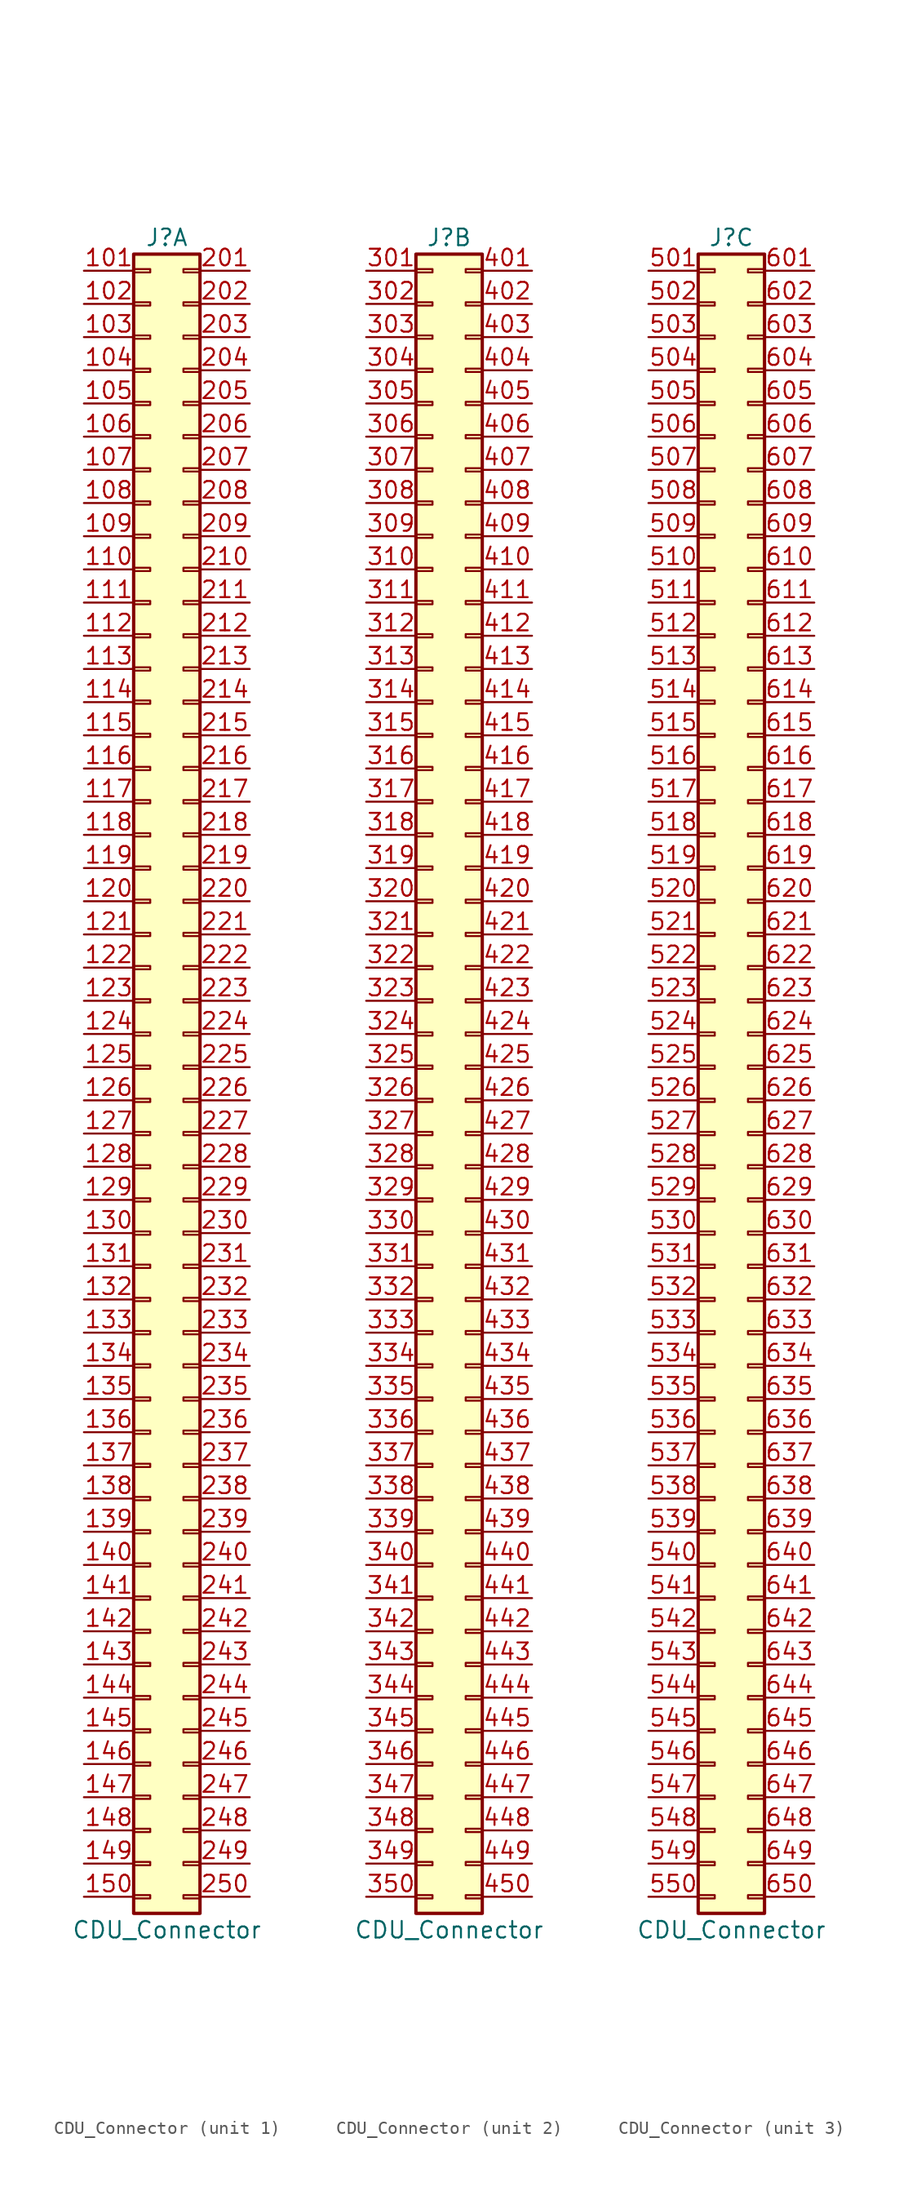
<source format=kicad_sym>
(kicad_symbol_lib
  (version 20241209)
  (generator "kicad_symbol_editor")
  (generator_version "9.0")
  (symbol "CDU_Connector"
    (pin_names
      (offset 1.016)
      (hide yes))
    (property "Reference" "J"
      (at 1.27 63.5 0)
      (effects (font (size 1.27 1.27))))
    (property "Value" "CDU_Connector"
      (at 1.27 -66.04 0)
      (effects (font (size 1.27 1.27))))
    (symbol "CDU_Connector_1_1"
      (rectangle (start -1.27 62.23) (end 3.81 -64.77) (stroke (width 0.254) (type default)) (fill (type background)))
      (rectangle (start -1.27 61.087) (end 0 60.833) (stroke (width 0.152) (type default)) (fill (type none)))
      (rectangle (start -1.27 58.547) (end 0 58.293) (stroke (width 0.152) (type default)) (fill (type none)))
      (rectangle (start -1.27 56.007) (end 0 55.753) (stroke (width 0.152) (type default)) (fill (type none)))
      (rectangle (start -1.27 53.467) (end 0 53.213) (stroke (width 0.152) (type default)) (fill (type none)))
      (rectangle (start -1.27 50.927) (end 0 50.673) (stroke (width 0.152) (type default)) (fill (type none)))
      (rectangle (start -1.27 48.387) (end 0 48.133) (stroke (width 0.152) (type default)) (fill (type none)))
      (rectangle (start -1.27 45.847) (end 0 45.593) (stroke (width 0.152) (type default)) (fill (type none)))
      (rectangle (start -1.27 43.307) (end 0 43.053) (stroke (width 0.152) (type default)) (fill (type none)))
      (rectangle (start -1.27 40.767) (end 0 40.513) (stroke (width 0.152) (type default)) (fill (type none)))
      (rectangle (start -1.27 38.227) (end 0 37.973) (stroke (width 0.152) (type default)) (fill (type none)))
      (rectangle (start -1.27 35.687) (end 0 35.433) (stroke (width 0.152) (type default)) (fill (type none)))
      (rectangle (start -1.27 33.147) (end 0 32.893) (stroke (width 0.152) (type default)) (fill (type none)))
      (rectangle (start -1.27 30.607) (end 0 30.353) (stroke (width 0.152) (type default)) (fill (type none)))
      (rectangle (start -1.27 28.067) (end 0 27.813) (stroke (width 0.152) (type default)) (fill (type none)))
      (rectangle (start -1.27 25.527) (end 0 25.273) (stroke (width 0.152) (type default)) (fill (type none)))
      (rectangle (start -1.27 22.987) (end 0 22.733) (stroke (width 0.152) (type default)) (fill (type none)))
      (rectangle (start -1.27 20.447) (end 0 20.193) (stroke (width 0.152) (type default)) (fill (type none)))
      (rectangle (start -1.27 17.907) (end 0 17.653) (stroke (width 0.152) (type default)) (fill (type none)))
      (rectangle (start -1.27 15.367) (end 0 15.113) (stroke (width 0.152) (type default)) (fill (type none)))
      (rectangle (start -1.27 12.827) (end 0 12.573) (stroke (width 0.152) (type default)) (fill (type none)))
      (rectangle (start -1.27 10.287) (end 0 10.033) (stroke (width 0.152) (type default)) (fill (type none)))
      (rectangle (start -1.27 7.747) (end 0 7.493) (stroke (width 0.152) (type default)) (fill (type none)))
      (rectangle (start -1.27 5.207) (end 0 4.953) (stroke (width 0.152) (type default)) (fill (type none)))
      (rectangle (start -1.27 2.667) (end 0 2.413) (stroke (width 0.152) (type default)) (fill (type none)))
      (rectangle (start -1.27 0.127) (end 0 -0.127) (stroke (width 0.152) (type default)) (fill (type none)))
      (rectangle (start -1.27 -2.413) (end 0 -2.667) (stroke (width 0.152) (type default)) (fill (type none)))
      (rectangle (start -1.27 -4.953) (end 0 -5.207) (stroke (width 0.152) (type default)) (fill (type none)))
      (rectangle (start -1.27 -7.493) (end 0 -7.747) (stroke (width 0.152) (type default)) (fill (type none)))
      (rectangle (start -1.27 -10.033) (end 0 -10.287) (stroke (width 0.152) (type default)) (fill (type none)))
      (rectangle (start -1.27 -12.573) (end 0 -12.827) (stroke (width 0.152) (type default)) (fill (type none)))
      (rectangle (start -1.27 -15.113) (end 0 -15.367) (stroke (width 0.152) (type default)) (fill (type none)))
      (rectangle (start -1.27 -17.653) (end 0 -17.907) (stroke (width 0.152) (type default)) (fill (type none)))
      (rectangle (start -1.27 -20.193) (end 0 -20.447) (stroke (width 0.152) (type default)) (fill (type none)))
      (rectangle (start -1.27 -22.733) (end 0 -22.987) (stroke (width 0.152) (type default)) (fill (type none)))
      (rectangle (start -1.27 -25.273) (end 0 -25.527) (stroke (width 0.152) (type default)) (fill (type none)))
      (rectangle (start -1.27 -27.813) (end 0 -28.067) (stroke (width 0.152) (type default)) (fill (type none)))
      (rectangle (start -1.27 -30.353) (end 0 -30.607) (stroke (width 0.152) (type default)) (fill (type none)))
      (rectangle (start -1.27 -32.893) (end 0 -33.147) (stroke (width 0.152) (type default)) (fill (type none)))
      (rectangle (start -1.27 -35.433) (end 0 -35.687) (stroke (width 0.152) (type default)) (fill (type none)))
      (rectangle (start -1.27 -37.973) (end 0 -38.227) (stroke (width 0.152) (type default)) (fill (type none)))
      (rectangle (start -1.27 -40.513) (end 0 -40.767) (stroke (width 0.152) (type default)) (fill (type none)))
      (rectangle (start -1.27 -43.053) (end 0 -43.307) (stroke (width 0.152) (type default)) (fill (type none)))
      (rectangle (start -1.27 -45.593) (end 0 -45.847) (stroke (width 0.152) (type default)) (fill (type none)))
      (rectangle (start -1.27 -48.133) (end 0 -48.387) (stroke (width 0.152) (type default)) (fill (type none)))
      (rectangle (start -1.27 -50.673) (end 0 -50.927) (stroke (width 0.152) (type default)) (fill (type none)))
      (rectangle (start -1.27 -53.213) (end 0 -53.467) (stroke (width 0.152) (type default)) (fill (type none)))
      (rectangle (start -1.27 -55.753) (end 0 -56.007) (stroke (width 0.152) (type default)) (fill (type none)))
      (rectangle (start -1.27 -58.293) (end 0 -58.547) (stroke (width 0.152) (type default)) (fill (type none)))
      (rectangle (start -1.27 -60.833) (end 0 -61.087) (stroke (width 0.152) (type default)) (fill (type none)))
      (rectangle (start -1.27 -63.373) (end 0 -63.627) (stroke (width 0.152) (type default)) (fill (type none)))
      (rectangle (start 3.81 61.087) (end 2.54 60.833) (stroke (width 0.152) (type default)) (fill (type none)))
      (rectangle (start 3.81 58.547) (end 2.54 58.293) (stroke (width 0.152) (type default)) (fill (type none)))
      (rectangle (start 3.81 56.007) (end 2.54 55.753) (stroke (width 0.152) (type default)) (fill (type none)))
      (rectangle (start 3.81 53.467) (end 2.54 53.213) (stroke (width 0.152) (type default)) (fill (type none)))
      (rectangle (start 3.81 50.927) (end 2.54 50.673) (stroke (width 0.152) (type default)) (fill (type none)))
      (rectangle (start 3.81 48.387) (end 2.54 48.133) (stroke (width 0.152) (type default)) (fill (type none)))
      (rectangle (start 3.81 45.847) (end 2.54 45.593) (stroke (width 0.152) (type default)) (fill (type none)))
      (rectangle (start 3.81 43.307) (end 2.54 43.053) (stroke (width 0.152) (type default)) (fill (type none)))
      (rectangle (start 3.81 40.767) (end 2.54 40.513) (stroke (width 0.152) (type default)) (fill (type none)))
      (rectangle (start 3.81 38.227) (end 2.54 37.973) (stroke (width 0.152) (type default)) (fill (type none)))
      (rectangle (start 3.81 35.687) (end 2.54 35.433) (stroke (width 0.152) (type default)) (fill (type none)))
      (rectangle (start 3.81 33.147) (end 2.54 32.893) (stroke (width 0.152) (type default)) (fill (type none)))
      (rectangle (start 3.81 30.607) (end 2.54 30.353) (stroke (width 0.152) (type default)) (fill (type none)))
      (rectangle (start 3.81 28.067) (end 2.54 27.813) (stroke (width 0.152) (type default)) (fill (type none)))
      (rectangle (start 3.81 25.527) (end 2.54 25.273) (stroke (width 0.152) (type default)) (fill (type none)))
      (rectangle (start 3.81 22.987) (end 2.54 22.733) (stroke (width 0.152) (type default)) (fill (type none)))
      (rectangle (start 3.81 20.447) (end 2.54 20.193) (stroke (width 0.152) (type default)) (fill (type none)))
      (rectangle (start 3.81 17.907) (end 2.54 17.653) (stroke (width 0.152) (type default)) (fill (type none)))
      (rectangle (start 3.81 15.367) (end 2.54 15.113) (stroke (width 0.152) (type default)) (fill (type none)))
      (rectangle (start 3.81 12.827) (end 2.54 12.573) (stroke (width 0.152) (type default)) (fill (type none)))
      (rectangle (start 3.81 10.287) (end 2.54 10.033) (stroke (width 0.152) (type default)) (fill (type none)))
      (rectangle (start 3.81 7.747) (end 2.54 7.493) (stroke (width 0.152) (type default)) (fill (type none)))
      (rectangle (start 3.81 5.207) (end 2.54 4.953) (stroke (width 0.152) (type default)) (fill (type none)))
      (rectangle (start 3.81 2.667) (end 2.54 2.413) (stroke (width 0.152) (type default)) (fill (type none)))
      (rectangle (start 3.81 0.127) (end 2.54 -0.127) (stroke (width 0.152) (type default)) (fill (type none)))
      (rectangle (start 3.81 -2.413) (end 2.54 -2.667) (stroke (width 0.152) (type default)) (fill (type none)))
      (rectangle (start 3.81 -4.953) (end 2.54 -5.207) (stroke (width 0.152) (type default)) (fill (type none)))
      (rectangle (start 3.81 -7.493) (end 2.54 -7.747) (stroke (width 0.152) (type default)) (fill (type none)))
      (rectangle (start 3.81 -10.033) (end 2.54 -10.287) (stroke (width 0.152) (type default)) (fill (type none)))
      (rectangle (start 3.81 -12.573) (end 2.54 -12.827) (stroke (width 0.152) (type default)) (fill (type none)))
      (rectangle (start 3.81 -15.113) (end 2.54 -15.367) (stroke (width 0.152) (type default)) (fill (type none)))
      (rectangle (start 3.81 -17.653) (end 2.54 -17.907) (stroke (width 0.152) (type default)) (fill (type none)))
      (rectangle (start 3.81 -20.193) (end 2.54 -20.447) (stroke (width 0.152) (type default)) (fill (type none)))
      (rectangle (start 3.81 -22.733) (end 2.54 -22.987) (stroke (width 0.152) (type default)) (fill (type none)))
      (rectangle (start 3.81 -25.273) (end 2.54 -25.527) (stroke (width 0.152) (type default)) (fill (type none)))
      (rectangle (start 3.81 -27.813) (end 2.54 -28.067) (stroke (width 0.152) (type default)) (fill (type none)))
      (rectangle (start 3.81 -30.353) (end 2.54 -30.607) (stroke (width 0.152) (type default)) (fill (type none)))
      (rectangle (start 3.81 -32.893) (end 2.54 -33.147) (stroke (width 0.152) (type default)) (fill (type none)))
      (rectangle (start 3.81 -35.433) (end 2.54 -35.687) (stroke (width 0.152) (type default)) (fill (type none)))
      (rectangle (start 3.81 -37.973) (end 2.54 -38.227) (stroke (width 0.152) (type default)) (fill (type none)))
      (rectangle (start 3.81 -40.513) (end 2.54 -40.767) (stroke (width 0.152) (type default)) (fill (type none)))
      (rectangle (start 3.81 -43.053) (end 2.54 -43.307) (stroke (width 0.152) (type default)) (fill (type none)))
      (rectangle (start 3.81 -45.593) (end 2.54 -45.847) (stroke (width 0.152) (type default)) (fill (type none)))
      (rectangle (start 3.81 -48.133) (end 2.54 -48.387) (stroke (width 0.152) (type default)) (fill (type none)))
      (rectangle (start 3.81 -50.673) (end 2.54 -50.927) (stroke (width 0.152) (type default)) (fill (type none)))
      (rectangle (start 3.81 -53.213) (end 2.54 -53.467) (stroke (width 0.152) (type default)) (fill (type none)))
      (rectangle (start 3.81 -55.753) (end 2.54 -56.007) (stroke (width 0.152) (type default)) (fill (type none)))
      (rectangle (start 3.81 -58.293) (end 2.54 -58.547) (stroke (width 0.152) (type default)) (fill (type none)))
      (rectangle (start 3.81 -60.833) (end 2.54 -61.087) (stroke (width 0.152) (type default)) (fill (type none)))
      (rectangle (start 3.81 -63.373) (end 2.54 -63.627) (stroke (width 0.152) (type default)) (fill (type none)))
      (pin passive line (at -5.08 60.96 0) (length 3.81) (name "Pin_101" (effects (font (size 1.27 1.27)))) (number "101" (effects (font (size 1.27 1.27)))))
      (pin passive line (at -5.08 58.42 0) (length 3.81) (name "Pin_102" (effects (font (size 1.27 1.27)))) (number "102" (effects (font (size 1.27 1.27)))))
      (pin passive line (at -5.08 55.88 0) (length 3.81) (name "Pin_103" (effects (font (size 1.27 1.27)))) (number "103" (effects (font (size 1.27 1.27)))))
      (pin passive line (at -5.08 53.34 0) (length 3.81) (name "Pin_104" (effects (font (size 1.27 1.27)))) (number "104" (effects (font (size 1.27 1.27)))))
      (pin passive line (at -5.08 50.8 0) (length 3.81) (name "Pin_105" (effects (font (size 1.27 1.27)))) (number "105" (effects (font (size 1.27 1.27)))))
      (pin passive line (at -5.08 48.26 0) (length 3.81) (name "Pin_106" (effects (font (size 1.27 1.27)))) (number "106" (effects (font (size 1.27 1.27)))))
      (pin passive line (at -5.08 45.72 0) (length 3.81) (name "Pin_107" (effects (font (size 1.27 1.27)))) (number "107" (effects (font (size 1.27 1.27)))))
      (pin passive line (at -5.08 43.18 0) (length 3.81) (name "Pin_108" (effects (font (size 1.27 1.27)))) (number "108" (effects (font (size 1.27 1.27)))))
      (pin passive line (at -5.08 40.64 0) (length 3.81) (name "Pin_109" (effects (font (size 1.27 1.27)))) (number "109" (effects (font (size 1.27 1.27)))))
      (pin passive line (at -5.08 38.1 0) (length 3.81) (name "Pin_110" (effects (font (size 1.27 1.27)))) (number "110" (effects (font (size 1.27 1.27)))))
      (pin passive line (at -5.08 35.56 0) (length 3.81) (name "Pin_111" (effects (font (size 1.27 1.27)))) (number "111" (effects (font (size 1.27 1.27)))))
      (pin passive line (at -5.08 33.02 0) (length 3.81) (name "Pin_112" (effects (font (size 1.27 1.27)))) (number "112" (effects (font (size 1.27 1.27)))))
      (pin passive line (at -5.08 30.48 0) (length 3.81) (name "Pin_113" (effects (font (size 1.27 1.27)))) (number "113" (effects (font (size 1.27 1.27)))))
      (pin passive line (at -5.08 27.94 0) (length 3.81) (name "Pin_114" (effects (font (size 1.27 1.27)))) (number "114" (effects (font (size 1.27 1.27)))))
      (pin passive line (at -5.08 25.4 0) (length 3.81) (name "Pin_115" (effects (font (size 1.27 1.27)))) (number "115" (effects (font (size 1.27 1.27)))))
      (pin passive line (at -5.08 22.86 0) (length 3.81) (name "Pin_116" (effects (font (size 1.27 1.27)))) (number "116" (effects (font (size 1.27 1.27)))))
      (pin passive line (at -5.08 20.32 0) (length 3.81) (name "Pin_117" (effects (font (size 1.27 1.27)))) (number "117" (effects (font (size 1.27 1.27)))))
      (pin passive line (at -5.08 17.78 0) (length 3.81) (name "Pin_118" (effects (font (size 1.27 1.27)))) (number "118" (effects (font (size 1.27 1.27)))))
      (pin passive line (at -5.08 15.24 0) (length 3.81) (name "Pin_119" (effects (font (size 1.27 1.27)))) (number "119" (effects (font (size 1.27 1.27)))))
      (pin passive line (at -5.08 12.7 0) (length 3.81) (name "Pin_120" (effects (font (size 1.27 1.27)))) (number "120" (effects (font (size 1.27 1.27)))))
      (pin passive line (at -5.08 10.16 0) (length 3.81) (name "Pin_121" (effects (font (size 1.27 1.27)))) (number "121" (effects (font (size 1.27 1.27)))))
      (pin passive line (at -5.08 7.62 0) (length 3.81) (name "Pin_122" (effects (font (size 1.27 1.27)))) (number "122" (effects (font (size 1.27 1.27)))))
      (pin passive line (at -5.08 5.08 0) (length 3.81) (name "Pin_123" (effects (font (size 1.27 1.27)))) (number "123" (effects (font (size 1.27 1.27)))))
      (pin passive line (at -5.08 2.54 0) (length 3.81) (name "Pin_124" (effects (font (size 1.27 1.27)))) (number "124" (effects (font (size 1.27 1.27)))))
      (pin passive line (at -5.08 0 0) (length 3.81) (name "Pin_125" (effects (font (size 1.27 1.27)))) (number "125" (effects (font (size 1.27 1.27)))))
      (pin passive line (at -5.08 -2.54 0) (length 3.81) (name "Pin_126" (effects (font (size 1.27 1.27)))) (number "126" (effects (font (size 1.27 1.27)))))
      (pin passive line (at -5.08 -5.08 0) (length 3.81) (name "Pin_127" (effects (font (size 1.27 1.27)))) (number "127" (effects (font (size 1.27 1.27)))))
      (pin passive line (at -5.08 -7.62 0) (length 3.81) (name "Pin_128" (effects (font (size 1.27 1.27)))) (number "128" (effects (font (size 1.27 1.27)))))
      (pin passive line (at -5.08 -10.16 0) (length 3.81) (name "Pin_129" (effects (font (size 1.27 1.27)))) (number "129" (effects (font (size 1.27 1.27)))))
      (pin passive line (at -5.08 -12.7 0) (length 3.81) (name "Pin_130" (effects (font (size 1.27 1.27)))) (number "130" (effects (font (size 1.27 1.27)))))
      (pin passive line (at -5.08 -15.24 0) (length 3.81) (name "Pin_131" (effects (font (size 1.27 1.27)))) (number "131" (effects (font (size 1.27 1.27)))))
      (pin passive line (at -5.08 -17.78 0) (length 3.81) (name "Pin_132" (effects (font (size 1.27 1.27)))) (number "132" (effects (font (size 1.27 1.27)))))
      (pin passive line (at -5.08 -20.32 0) (length 3.81) (name "Pin_133" (effects (font (size 1.27 1.27)))) (number "133" (effects (font (size 1.27 1.27)))))
      (pin passive line (at -5.08 -22.86 0) (length 3.81) (name "Pin_134" (effects (font (size 1.27 1.27)))) (number "134" (effects (font (size 1.27 1.27)))))
      (pin passive line (at -5.08 -25.4 0) (length 3.81) (name "Pin_135" (effects (font (size 1.27 1.27)))) (number "135" (effects (font (size 1.27 1.27)))))
      (pin passive line (at -5.08 -27.94 0) (length 3.81) (name "Pin_136" (effects (font (size 1.27 1.27)))) (number "136" (effects (font (size 1.27 1.27)))))
      (pin passive line (at -5.08 -30.48 0) (length 3.81) (name "Pin_137" (effects (font (size 1.27 1.27)))) (number "137" (effects (font (size 1.27 1.27)))))
      (pin passive line (at -5.08 -33.02 0) (length 3.81) (name "Pin_138" (effects (font (size 1.27 1.27)))) (number "138" (effects (font (size 1.27 1.27)))))
      (pin passive line (at -5.08 -35.56 0) (length 3.81) (name "Pin_139" (effects (font (size 1.27 1.27)))) (number "139" (effects (font (size 1.27 1.27)))))
      (pin passive line (at -5.08 -38.1 0) (length 3.81) (name "Pin_140" (effects (font (size 1.27 1.27)))) (number "140" (effects (font (size 1.27 1.27)))))
      (pin passive line (at -5.08 -40.64 0) (length 3.81) (name "Pin_141" (effects (font (size 1.27 1.27)))) (number "141" (effects (font (size 1.27 1.27)))))
      (pin passive line (at -5.08 -43.18 0) (length 3.81) (name "Pin_142" (effects (font (size 1.27 1.27)))) (number "142" (effects (font (size 1.27 1.27)))))
      (pin passive line (at -5.08 -45.72 0) (length 3.81) (name "Pin_143" (effects (font (size 1.27 1.27)))) (number "143" (effects (font (size 1.27 1.27)))))
      (pin passive line (at -5.08 -48.26 0) (length 3.81) (name "Pin_144" (effects (font (size 1.27 1.27)))) (number "144" (effects (font (size 1.27 1.27)))))
      (pin passive line (at -5.08 -50.8 0) (length 3.81) (name "Pin_145" (effects (font (size 1.27 1.27)))) (number "145" (effects (font (size 1.27 1.27)))))
      (pin passive line (at -5.08 -53.34 0) (length 3.81) (name "Pin_146" (effects (font (size 1.27 1.27)))) (number "146" (effects (font (size 1.27 1.27)))))
      (pin passive line (at -5.08 -55.88 0) (length 3.81) (name "Pin_147" (effects (font (size 1.27 1.27)))) (number "147" (effects (font (size 1.27 1.27)))))
      (pin passive line (at -5.08 -58.42 0) (length 3.81) (name "Pin_148" (effects (font (size 1.27 1.27)))) (number "148" (effects (font (size 1.27 1.27)))))
      (pin passive line (at -5.08 -60.96 0) (length 3.81) (name "Pin_149" (effects (font (size 1.27 1.27)))) (number "149" (effects (font (size 1.27 1.27)))))
      (pin passive line (at -5.08 -63.5 0) (length 3.81) (name "Pin_150" (effects (font (size 1.27 1.27)))) (number "150" (effects (font (size 1.27 1.27)))))
      (pin passive line (at 7.62 60.96 180) (length 3.81) (name "Pin_201" (effects (font (size 1.27 1.27)))) (number "201" (effects (font (size 1.27 1.27)))))
      (pin passive line (at 7.62 58.42 180) (length 3.81) (name "Pin_202" (effects (font (size 1.27 1.27)))) (number "202" (effects (font (size 1.27 1.27)))))
      (pin passive line (at 7.62 55.88 180) (length 3.81) (name "Pin_203" (effects (font (size 1.27 1.27)))) (number "203" (effects (font (size 1.27 1.27)))))
      (pin passive line (at 7.62 53.34 180) (length 3.81) (name "Pin_204" (effects (font (size 1.27 1.27)))) (number "204" (effects (font (size 1.27 1.27)))))
      (pin passive line (at 7.62 50.8 180) (length 3.81) (name "Pin_205" (effects (font (size 1.27 1.27)))) (number "205" (effects (font (size 1.27 1.27)))))
      (pin passive line (at 7.62 48.26 180) (length 3.81) (name "Pin_206" (effects (font (size 1.27 1.27)))) (number "206" (effects (font (size 1.27 1.27)))))
      (pin passive line (at 7.62 45.72 180) (length 3.81) (name "Pin_207" (effects (font (size 1.27 1.27)))) (number "207" (effects (font (size 1.27 1.27)))))
      (pin passive line (at 7.62 43.18 180) (length 3.81) (name "Pin_208" (effects (font (size 1.27 1.27)))) (number "208" (effects (font (size 1.27 1.27)))))
      (pin passive line (at 7.62 40.64 180) (length 3.81) (name "Pin_209" (effects (font (size 1.27 1.27)))) (number "209" (effects (font (size 1.27 1.27)))))
      (pin passive line (at 7.62 38.1 180) (length 3.81) (name "Pin_210" (effects (font (size 1.27 1.27)))) (number "210" (effects (font (size 1.27 1.27)))))
      (pin passive line (at 7.62 35.56 180) (length 3.81) (name "Pin_211" (effects (font (size 1.27 1.27)))) (number "211" (effects (font (size 1.27 1.27)))))
      (pin passive line (at 7.62 33.02 180) (length 3.81) (name "Pin_212" (effects (font (size 1.27 1.27)))) (number "212" (effects (font (size 1.27 1.27)))))
      (pin passive line (at 7.62 30.48 180) (length 3.81) (name "Pin_213" (effects (font (size 1.27 1.27)))) (number "213" (effects (font (size 1.27 1.27)))))
      (pin passive line (at 7.62 27.94 180) (length 3.81) (name "Pin_214" (effects (font (size 1.27 1.27)))) (number "214" (effects (font (size 1.27 1.27)))))
      (pin passive line (at 7.62 25.4 180) (length 3.81) (name "Pin_215" (effects (font (size 1.27 1.27)))) (number "215" (effects (font (size 1.27 1.27)))))
      (pin passive line (at 7.62 22.86 180) (length 3.81) (name "Pin_216" (effects (font (size 1.27 1.27)))) (number "216" (effects (font (size 1.27 1.27)))))
      (pin passive line (at 7.62 20.32 180) (length 3.81) (name "Pin_217" (effects (font (size 1.27 1.27)))) (number "217" (effects (font (size 1.27 1.27)))))
      (pin passive line (at 7.62 17.78 180) (length 3.81) (name "Pin_218" (effects (font (size 1.27 1.27)))) (number "218" (effects (font (size 1.27 1.27)))))
      (pin passive line (at 7.62 15.24 180) (length 3.81) (name "Pin_219" (effects (font (size 1.27 1.27)))) (number "219" (effects (font (size 1.27 1.27)))))
      (pin passive line (at 7.62 12.7 180) (length 3.81) (name "Pin_220" (effects (font (size 1.27 1.27)))) (number "220" (effects (font (size 1.27 1.27)))))
      (pin passive line (at 7.62 10.16 180) (length 3.81) (name "Pin_221" (effects (font (size 1.27 1.27)))) (number "221" (effects (font (size 1.27 1.27)))))
      (pin passive line (at 7.62 7.62 180) (length 3.81) (name "Pin_222" (effects (font (size 1.27 1.27)))) (number "222" (effects (font (size 1.27 1.27)))))
      (pin passive line (at 7.62 5.08 180) (length 3.81) (name "Pin_223" (effects (font (size 1.27 1.27)))) (number "223" (effects (font (size 1.27 1.27)))))
      (pin passive line (at 7.62 2.54 180) (length 3.81) (name "Pin_224" (effects (font (size 1.27 1.27)))) (number "224" (effects (font (size 1.27 1.27)))))
      (pin passive line (at 7.62 0 180) (length 3.81) (name "Pin_225" (effects (font (size 1.27 1.27)))) (number "225" (effects (font (size 1.27 1.27)))))
      (pin passive line (at 7.62 -2.54 180) (length 3.81) (name "Pin_226" (effects (font (size 1.27 1.27)))) (number "226" (effects (font (size 1.27 1.27)))))
      (pin passive line (at 7.62 -5.08 180) (length 3.81) (name "Pin_227" (effects (font (size 1.27 1.27)))) (number "227" (effects (font (size 1.27 1.27)))))
      (pin passive line (at 7.62 -7.62 180) (length 3.81) (name "Pin_228" (effects (font (size 1.27 1.27)))) (number "228" (effects (font (size 1.27 1.27)))))
      (pin passive line (at 7.62 -10.16 180) (length 3.81) (name "Pin_229" (effects (font (size 1.27 1.27)))) (number "229" (effects (font (size 1.27 1.27)))))
      (pin passive line (at 7.62 -12.7 180) (length 3.81) (name "Pin_230" (effects (font (size 1.27 1.27)))) (number "230" (effects (font (size 1.27 1.27)))))
      (pin passive line (at 7.62 -15.24 180) (length 3.81) (name "Pin_231" (effects (font (size 1.27 1.27)))) (number "231" (effects (font (size 1.27 1.27)))))
      (pin passive line (at 7.62 -17.78 180) (length 3.81) (name "Pin_232" (effects (font (size 1.27 1.27)))) (number "232" (effects (font (size 1.27 1.27)))))
      (pin passive line (at 7.62 -20.32 180) (length 3.81) (name "Pin_233" (effects (font (size 1.27 1.27)))) (number "233" (effects (font (size 1.27 1.27)))))
      (pin passive line (at 7.62 -22.86 180) (length 3.81) (name "Pin_234" (effects (font (size 1.27 1.27)))) (number "234" (effects (font (size 1.27 1.27)))))
      (pin passive line (at 7.62 -25.4 180) (length 3.81) (name "Pin_235" (effects (font (size 1.27 1.27)))) (number "235" (effects (font (size 1.27 1.27)))))
      (pin passive line (at 7.62 -27.94 180) (length 3.81) (name "Pin_236" (effects (font (size 1.27 1.27)))) (number "236" (effects (font (size 1.27 1.27)))))
      (pin passive line (at 7.62 -30.48 180) (length 3.81) (name "Pin_237" (effects (font (size 1.27 1.27)))) (number "237" (effects (font (size 1.27 1.27)))))
      (pin passive line (at 7.62 -33.02 180) (length 3.81) (name "Pin_238" (effects (font (size 1.27 1.27)))) (number "238" (effects (font (size 1.27 1.27)))))
      (pin passive line (at 7.62 -35.56 180) (length 3.81) (name "Pin_239" (effects (font (size 1.27 1.27)))) (number "239" (effects (font (size 1.27 1.27)))))
      (pin passive line (at 7.62 -38.1 180) (length 3.81) (name "Pin_240" (effects (font (size 1.27 1.27)))) (number "240" (effects (font (size 1.27 1.27)))))
      (pin passive line (at 7.62 -40.64 180) (length 3.81) (name "Pin_241" (effects (font (size 1.27 1.27)))) (number "241" (effects (font (size 1.27 1.27)))))
      (pin passive line (at 7.62 -43.18 180) (length 3.81) (name "Pin_242" (effects (font (size 1.27 1.27)))) (number "242" (effects (font (size 1.27 1.27)))))
      (pin passive line (at 7.62 -45.72 180) (length 3.81) (name "Pin_243" (effects (font (size 1.27 1.27)))) (number "243" (effects (font (size 1.27 1.27)))))
      (pin passive line (at 7.62 -48.26 180) (length 3.81) (name "Pin_244" (effects (font (size 1.27 1.27)))) (number "244" (effects (font (size 1.27 1.27)))))
      (pin passive line (at 7.62 -50.8 180) (length 3.81) (name "Pin_245" (effects (font (size 1.27 1.27)))) (number "245" (effects (font (size 1.27 1.27)))))
      (pin passive line (at 7.62 -53.34 180) (length 3.81) (name "Pin_246" (effects (font (size 1.27 1.27)))) (number "246" (effects (font (size 1.27 1.27)))))
      (pin passive line (at 7.62 -55.88 180) (length 3.81) (name "Pin_247" (effects (font (size 1.27 1.27)))) (number "247" (effects (font (size 1.27 1.27)))))
      (pin passive line (at 7.62 -58.42 180) (length 3.81) (name "Pin_248" (effects (font (size 1.27 1.27)))) (number "248" (effects (font (size 1.27 1.27)))))
      (pin passive line (at 7.62 -60.96 180) (length 3.81) (name "Pin_249" (effects (font (size 1.27 1.27)))) (number "249" (effects (font (size 1.27 1.27)))))
      (pin passive line (at 7.62 -63.5 180) (length 3.81) (name "Pin_250" (effects (font (size 1.27 1.27)))) (number "250" (effects (font (size 1.27 1.27))))))
    (symbol "CDU_Connector_2_1"
      (rectangle (start -1.27 62.23) (end 3.81 -64.77) (stroke (width 0.254) (type default)) (fill (type background)))
      (rectangle (start -1.27 61.087) (end 0 60.833) (stroke (width 0.152) (type default)) (fill (type none)))
      (rectangle (start -1.27 58.547) (end 0 58.293) (stroke (width 0.152) (type default)) (fill (type none)))
      (rectangle (start -1.27 56.007) (end 0 55.753) (stroke (width 0.152) (type default)) (fill (type none)))
      (rectangle (start -1.27 53.467) (end 0 53.213) (stroke (width 0.152) (type default)) (fill (type none)))
      (rectangle (start -1.27 50.927) (end 0 50.673) (stroke (width 0.152) (type default)) (fill (type none)))
      (rectangle (start -1.27 48.387) (end 0 48.133) (stroke (width 0.152) (type default)) (fill (type none)))
      (rectangle (start -1.27 45.847) (end 0 45.593) (stroke (width 0.152) (type default)) (fill (type none)))
      (rectangle (start -1.27 43.307) (end 0 43.053) (stroke (width 0.152) (type default)) (fill (type none)))
      (rectangle (start -1.27 40.767) (end 0 40.513) (stroke (width 0.152) (type default)) (fill (type none)))
      (rectangle (start -1.27 38.227) (end 0 37.973) (stroke (width 0.152) (type default)) (fill (type none)))
      (rectangle (start -1.27 35.687) (end 0 35.433) (stroke (width 0.152) (type default)) (fill (type none)))
      (rectangle (start -1.27 33.147) (end 0 32.893) (stroke (width 0.152) (type default)) (fill (type none)))
      (rectangle (start -1.27 30.607) (end 0 30.353) (stroke (width 0.152) (type default)) (fill (type none)))
      (rectangle (start -1.27 28.067) (end 0 27.813) (stroke (width 0.152) (type default)) (fill (type none)))
      (rectangle (start -1.27 25.527) (end 0 25.273) (stroke (width 0.152) (type default)) (fill (type none)))
      (rectangle (start -1.27 22.987) (end 0 22.733) (stroke (width 0.152) (type default)) (fill (type none)))
      (rectangle (start -1.27 20.447) (end 0 20.193) (stroke (width 0.152) (type default)) (fill (type none)))
      (rectangle (start -1.27 17.907) (end 0 17.653) (stroke (width 0.152) (type default)) (fill (type none)))
      (rectangle (start -1.27 15.367) (end 0 15.113) (stroke (width 0.152) (type default)) (fill (type none)))
      (rectangle (start -1.27 12.827) (end 0 12.573) (stroke (width 0.152) (type default)) (fill (type none)))
      (rectangle (start -1.27 10.287) (end 0 10.033) (stroke (width 0.152) (type default)) (fill (type none)))
      (rectangle (start -1.27 7.747) (end 0 7.493) (stroke (width 0.152) (type default)) (fill (type none)))
      (rectangle (start -1.27 5.207) (end 0 4.953) (stroke (width 0.152) (type default)) (fill (type none)))
      (rectangle (start -1.27 2.667) (end 0 2.413) (stroke (width 0.152) (type default)) (fill (type none)))
      (rectangle (start -1.27 0.127) (end 0 -0.127) (stroke (width 0.152) (type default)) (fill (type none)))
      (rectangle (start -1.27 -2.413) (end 0 -2.667) (stroke (width 0.152) (type default)) (fill (type none)))
      (rectangle (start -1.27 -4.953) (end 0 -5.207) (stroke (width 0.152) (type default)) (fill (type none)))
      (rectangle (start -1.27 -7.493) (end 0 -7.747) (stroke (width 0.152) (type default)) (fill (type none)))
      (rectangle (start -1.27 -10.033) (end 0 -10.287) (stroke (width 0.152) (type default)) (fill (type none)))
      (rectangle (start -1.27 -12.573) (end 0 -12.827) (stroke (width 0.152) (type default)) (fill (type none)))
      (rectangle (start -1.27 -15.113) (end 0 -15.367) (stroke (width 0.152) (type default)) (fill (type none)))
      (rectangle (start -1.27 -17.653) (end 0 -17.907) (stroke (width 0.152) (type default)) (fill (type none)))
      (rectangle (start -1.27 -20.193) (end 0 -20.447) (stroke (width 0.152) (type default)) (fill (type none)))
      (rectangle (start -1.27 -22.733) (end 0 -22.987) (stroke (width 0.152) (type default)) (fill (type none)))
      (rectangle (start -1.27 -25.273) (end 0 -25.527) (stroke (width 0.152) (type default)) (fill (type none)))
      (rectangle (start -1.27 -27.813) (end 0 -28.067) (stroke (width 0.152) (type default)) (fill (type none)))
      (rectangle (start -1.27 -30.353) (end 0 -30.607) (stroke (width 0.152) (type default)) (fill (type none)))
      (rectangle (start -1.27 -32.893) (end 0 -33.147) (stroke (width 0.152) (type default)) (fill (type none)))
      (rectangle (start -1.27 -35.433) (end 0 -35.687) (stroke (width 0.152) (type default)) (fill (type none)))
      (rectangle (start -1.27 -37.973) (end 0 -38.227) (stroke (width 0.152) (type default)) (fill (type none)))
      (rectangle (start -1.27 -40.513) (end 0 -40.767) (stroke (width 0.152) (type default)) (fill (type none)))
      (rectangle (start -1.27 -43.053) (end 0 -43.307) (stroke (width 0.152) (type default)) (fill (type none)))
      (rectangle (start -1.27 -45.593) (end 0 -45.847) (stroke (width 0.152) (type default)) (fill (type none)))
      (rectangle (start -1.27 -48.133) (end 0 -48.387) (stroke (width 0.152) (type default)) (fill (type none)))
      (rectangle (start -1.27 -50.673) (end 0 -50.927) (stroke (width 0.152) (type default)) (fill (type none)))
      (rectangle (start -1.27 -53.213) (end 0 -53.467) (stroke (width 0.152) (type default)) (fill (type none)))
      (rectangle (start -1.27 -55.753) (end 0 -56.007) (stroke (width 0.152) (type default)) (fill (type none)))
      (rectangle (start -1.27 -58.293) (end 0 -58.547) (stroke (width 0.152) (type default)) (fill (type none)))
      (rectangle (start -1.27 -60.833) (end 0 -61.087) (stroke (width 0.152) (type default)) (fill (type none)))
      (rectangle (start -1.27 -63.373) (end 0 -63.627) (stroke (width 0.152) (type default)) (fill (type none)))
      (rectangle (start 3.81 61.087) (end 2.54 60.833) (stroke (width 0.152) (type default)) (fill (type none)))
      (rectangle (start 3.81 58.547) (end 2.54 58.293) (stroke (width 0.152) (type default)) (fill (type none)))
      (rectangle (start 3.81 56.007) (end 2.54 55.753) (stroke (width 0.152) (type default)) (fill (type none)))
      (rectangle (start 3.81 53.467) (end 2.54 53.213) (stroke (width 0.152) (type default)) (fill (type none)))
      (rectangle (start 3.81 50.927) (end 2.54 50.673) (stroke (width 0.152) (type default)) (fill (type none)))
      (rectangle (start 3.81 48.387) (end 2.54 48.133) (stroke (width 0.152) (type default)) (fill (type none)))
      (rectangle (start 3.81 45.847) (end 2.54 45.593) (stroke (width 0.152) (type default)) (fill (type none)))
      (rectangle (start 3.81 43.307) (end 2.54 43.053) (stroke (width 0.152) (type default)) (fill (type none)))
      (rectangle (start 3.81 40.767) (end 2.54 40.513) (stroke (width 0.152) (type default)) (fill (type none)))
      (rectangle (start 3.81 38.227) (end 2.54 37.973) (stroke (width 0.152) (type default)) (fill (type none)))
      (rectangle (start 3.81 35.687) (end 2.54 35.433) (stroke (width 0.152) (type default)) (fill (type none)))
      (rectangle (start 3.81 33.147) (end 2.54 32.893) (stroke (width 0.152) (type default)) (fill (type none)))
      (rectangle (start 3.81 30.607) (end 2.54 30.353) (stroke (width 0.152) (type default)) (fill (type none)))
      (rectangle (start 3.81 28.067) (end 2.54 27.813) (stroke (width 0.152) (type default)) (fill (type none)))
      (rectangle (start 3.81 25.527) (end 2.54 25.273) (stroke (width 0.152) (type default)) (fill (type none)))
      (rectangle (start 3.81 22.987) (end 2.54 22.733) (stroke (width 0.152) (type default)) (fill (type none)))
      (rectangle (start 3.81 20.447) (end 2.54 20.193) (stroke (width 0.152) (type default)) (fill (type none)))
      (rectangle (start 3.81 17.907) (end 2.54 17.653) (stroke (width 0.152) (type default)) (fill (type none)))
      (rectangle (start 3.81 15.367) (end 2.54 15.113) (stroke (width 0.152) (type default)) (fill (type none)))
      (rectangle (start 3.81 12.827) (end 2.54 12.573) (stroke (width 0.152) (type default)) (fill (type none)))
      (rectangle (start 3.81 10.287) (end 2.54 10.033) (stroke (width 0.152) (type default)) (fill (type none)))
      (rectangle (start 3.81 7.747) (end 2.54 7.493) (stroke (width 0.152) (type default)) (fill (type none)))
      (rectangle (start 3.81 5.207) (end 2.54 4.953) (stroke (width 0.152) (type default)) (fill (type none)))
      (rectangle (start 3.81 2.667) (end 2.54 2.413) (stroke (width 0.152) (type default)) (fill (type none)))
      (rectangle (start 3.81 0.127) (end 2.54 -0.127) (stroke (width 0.152) (type default)) (fill (type none)))
      (rectangle (start 3.81 -2.413) (end 2.54 -2.667) (stroke (width 0.152) (type default)) (fill (type none)))
      (rectangle (start 3.81 -4.953) (end 2.54 -5.207) (stroke (width 0.152) (type default)) (fill (type none)))
      (rectangle (start 3.81 -7.493) (end 2.54 -7.747) (stroke (width 0.152) (type default)) (fill (type none)))
      (rectangle (start 3.81 -10.033) (end 2.54 -10.287) (stroke (width 0.152) (type default)) (fill (type none)))
      (rectangle (start 3.81 -12.573) (end 2.54 -12.827) (stroke (width 0.152) (type default)) (fill (type none)))
      (rectangle (start 3.81 -15.113) (end 2.54 -15.367) (stroke (width 0.152) (type default)) (fill (type none)))
      (rectangle (start 3.81 -17.653) (end 2.54 -17.907) (stroke (width 0.152) (type default)) (fill (type none)))
      (rectangle (start 3.81 -20.193) (end 2.54 -20.447) (stroke (width 0.152) (type default)) (fill (type none)))
      (rectangle (start 3.81 -22.733) (end 2.54 -22.987) (stroke (width 0.152) (type default)) (fill (type none)))
      (rectangle (start 3.81 -25.273) (end 2.54 -25.527) (stroke (width 0.152) (type default)) (fill (type none)))
      (rectangle (start 3.81 -27.813) (end 2.54 -28.067) (stroke (width 0.152) (type default)) (fill (type none)))
      (rectangle (start 3.81 -30.353) (end 2.54 -30.607) (stroke (width 0.152) (type default)) (fill (type none)))
      (rectangle (start 3.81 -32.893) (end 2.54 -33.147) (stroke (width 0.152) (type default)) (fill (type none)))
      (rectangle (start 3.81 -35.433) (end 2.54 -35.687) (stroke (width 0.152) (type default)) (fill (type none)))
      (rectangle (start 3.81 -37.973) (end 2.54 -38.227) (stroke (width 0.152) (type default)) (fill (type none)))
      (rectangle (start 3.81 -40.513) (end 2.54 -40.767) (stroke (width 0.152) (type default)) (fill (type none)))
      (rectangle (start 3.81 -43.053) (end 2.54 -43.307) (stroke (width 0.152) (type default)) (fill (type none)))
      (rectangle (start 3.81 -45.593) (end 2.54 -45.847) (stroke (width 0.152) (type default)) (fill (type none)))
      (rectangle (start 3.81 -48.133) (end 2.54 -48.387) (stroke (width 0.152) (type default)) (fill (type none)))
      (rectangle (start 3.81 -50.673) (end 2.54 -50.927) (stroke (width 0.152) (type default)) (fill (type none)))
      (rectangle (start 3.81 -53.213) (end 2.54 -53.467) (stroke (width 0.152) (type default)) (fill (type none)))
      (rectangle (start 3.81 -55.753) (end 2.54 -56.007) (stroke (width 0.152) (type default)) (fill (type none)))
      (rectangle (start 3.81 -58.293) (end 2.54 -58.547) (stroke (width 0.152) (type default)) (fill (type none)))
      (rectangle (start 3.81 -60.833) (end 2.54 -61.087) (stroke (width 0.152) (type default)) (fill (type none)))
      (rectangle (start 3.81 -63.373) (end 2.54 -63.627) (stroke (width 0.152) (type default)) (fill (type none)))
      (pin passive line (at -5.08 60.96 0) (length 3.81) (name "Pin_301" (effects (font (size 1.27 1.27)))) (number "301" (effects (font (size 1.27 1.27)))))
      (pin passive line (at -5.08 58.42 0) (length 3.81) (name "Pin_302" (effects (font (size 1.27 1.27)))) (number "302" (effects (font (size 1.27 1.27)))))
      (pin passive line (at -5.08 55.88 0) (length 3.81) (name "Pin_303" (effects (font (size 1.27 1.27)))) (number "303" (effects (font (size 1.27 1.27)))))
      (pin passive line (at -5.08 53.34 0) (length 3.81) (name "Pin_304" (effects (font (size 1.27 1.27)))) (number "304" (effects (font (size 1.27 1.27)))))
      (pin passive line (at -5.08 50.8 0) (length 3.81) (name "Pin_305" (effects (font (size 1.27 1.27)))) (number "305" (effects (font (size 1.27 1.27)))))
      (pin passive line (at -5.08 48.26 0) (length 3.81) (name "Pin_306" (effects (font (size 1.27 1.27)))) (number "306" (effects (font (size 1.27 1.27)))))
      (pin passive line (at -5.08 45.72 0) (length 3.81) (name "Pin_307" (effects (font (size 1.27 1.27)))) (number "307" (effects (font (size 1.27 1.27)))))
      (pin passive line (at -5.08 43.18 0) (length 3.81) (name "Pin_308" (effects (font (size 1.27 1.27)))) (number "308" (effects (font (size 1.27 1.27)))))
      (pin passive line (at -5.08 40.64 0) (length 3.81) (name "Pin_309" (effects (font (size 1.27 1.27)))) (number "309" (effects (font (size 1.27 1.27)))))
      (pin passive line (at -5.08 38.1 0) (length 3.81) (name "Pin_310" (effects (font (size 1.27 1.27)))) (number "310" (effects (font (size 1.27 1.27)))))
      (pin passive line (at -5.08 35.56 0) (length 3.81) (name "Pin_311" (effects (font (size 1.27 1.27)))) (number "311" (effects (font (size 1.27 1.27)))))
      (pin passive line (at -5.08 33.02 0) (length 3.81) (name "Pin_312" (effects (font (size 1.27 1.27)))) (number "312" (effects (font (size 1.27 1.27)))))
      (pin passive line (at -5.08 30.48 0) (length 3.81) (name "Pin_313" (effects (font (size 1.27 1.27)))) (number "313" (effects (font (size 1.27 1.27)))))
      (pin passive line (at -5.08 27.94 0) (length 3.81) (name "Pin_314" (effects (font (size 1.27 1.27)))) (number "314" (effects (font (size 1.27 1.27)))))
      (pin passive line (at -5.08 25.4 0) (length 3.81) (name "Pin_315" (effects (font (size 1.27 1.27)))) (number "315" (effects (font (size 1.27 1.27)))))
      (pin passive line (at -5.08 22.86 0) (length 3.81) (name "Pin_316" (effects (font (size 1.27 1.27)))) (number "316" (effects (font (size 1.27 1.27)))))
      (pin passive line (at -5.08 20.32 0) (length 3.81) (name "Pin_317" (effects (font (size 1.27 1.27)))) (number "317" (effects (font (size 1.27 1.27)))))
      (pin passive line (at -5.08 17.78 0) (length 3.81) (name "Pin_318" (effects (font (size 1.27 1.27)))) (number "318" (effects (font (size 1.27 1.27)))))
      (pin passive line (at -5.08 15.24 0) (length 3.81) (name "Pin_319" (effects (font (size 1.27 1.27)))) (number "319" (effects (font (size 1.27 1.27)))))
      (pin passive line (at -5.08 12.7 0) (length 3.81) (name "Pin_320" (effects (font (size 1.27 1.27)))) (number "320" (effects (font (size 1.27 1.27)))))
      (pin passive line (at -5.08 10.16 0) (length 3.81) (name "Pin_321" (effects (font (size 1.27 1.27)))) (number "321" (effects (font (size 1.27 1.27)))))
      (pin passive line (at -5.08 7.62 0) (length 3.81) (name "Pin_322" (effects (font (size 1.27 1.27)))) (number "322" (effects (font (size 1.27 1.27)))))
      (pin passive line (at -5.08 5.08 0) (length 3.81) (name "Pin_323" (effects (font (size 1.27 1.27)))) (number "323" (effects (font (size 1.27 1.27)))))
      (pin passive line (at -5.08 2.54 0) (length 3.81) (name "Pin_324" (effects (font (size 1.27 1.27)))) (number "324" (effects (font (size 1.27 1.27)))))
      (pin passive line (at -5.08 0 0) (length 3.81) (name "Pin_325" (effects (font (size 1.27 1.27)))) (number "325" (effects (font (size 1.27 1.27)))))
      (pin passive line (at -5.08 -2.54 0) (length 3.81) (name "Pin_326" (effects (font (size 1.27 1.27)))) (number "326" (effects (font (size 1.27 1.27)))))
      (pin passive line (at -5.08 -5.08 0) (length 3.81) (name "Pin_327" (effects (font (size 1.27 1.27)))) (number "327" (effects (font (size 1.27 1.27)))))
      (pin passive line (at -5.08 -7.62 0) (length 3.81) (name "Pin_328" (effects (font (size 1.27 1.27)))) (number "328" (effects (font (size 1.27 1.27)))))
      (pin passive line (at -5.08 -10.16 0) (length 3.81) (name "Pin_329" (effects (font (size 1.27 1.27)))) (number "329" (effects (font (size 1.27 1.27)))))
      (pin passive line (at -5.08 -12.7 0) (length 3.81) (name "Pin_330" (effects (font (size 1.27 1.27)))) (number "330" (effects (font (size 1.27 1.27)))))
      (pin passive line (at -5.08 -15.24 0) (length 3.81) (name "Pin_331" (effects (font (size 1.27 1.27)))) (number "331" (effects (font (size 1.27 1.27)))))
      (pin passive line (at -5.08 -17.78 0) (length 3.81) (name "Pin_332" (effects (font (size 1.27 1.27)))) (number "332" (effects (font (size 1.27 1.27)))))
      (pin passive line (at -5.08 -20.32 0) (length 3.81) (name "Pin_333" (effects (font (size 1.27 1.27)))) (number "333" (effects (font (size 1.27 1.27)))))
      (pin passive line (at -5.08 -22.86 0) (length 3.81) (name "Pin_334" (effects (font (size 1.27 1.27)))) (number "334" (effects (font (size 1.27 1.27)))))
      (pin passive line (at -5.08 -25.4 0) (length 3.81) (name "Pin_335" (effects (font (size 1.27 1.27)))) (number "335" (effects (font (size 1.27 1.27)))))
      (pin passive line (at -5.08 -27.94 0) (length 3.81) (name "Pin_336" (effects (font (size 1.27 1.27)))) (number "336" (effects (font (size 1.27 1.27)))))
      (pin passive line (at -5.08 -30.48 0) (length 3.81) (name "Pin_337" (effects (font (size 1.27 1.27)))) (number "337" (effects (font (size 1.27 1.27)))))
      (pin passive line (at -5.08 -33.02 0) (length 3.81) (name "Pin_338" (effects (font (size 1.27 1.27)))) (number "338" (effects (font (size 1.27 1.27)))))
      (pin passive line (at -5.08 -35.56 0) (length 3.81) (name "Pin_339" (effects (font (size 1.27 1.27)))) (number "339" (effects (font (size 1.27 1.27)))))
      (pin passive line (at -5.08 -38.1 0) (length 3.81) (name "Pin_340" (effects (font (size 1.27 1.27)))) (number "340" (effects (font (size 1.27 1.27)))))
      (pin passive line (at -5.08 -40.64 0) (length 3.81) (name "Pin_341" (effects (font (size 1.27 1.27)))) (number "341" (effects (font (size 1.27 1.27)))))
      (pin passive line (at -5.08 -43.18 0) (length 3.81) (name "Pin_342" (effects (font (size 1.27 1.27)))) (number "342" (effects (font (size 1.27 1.27)))))
      (pin passive line (at -5.08 -45.72 0) (length 3.81) (name "Pin_343" (effects (font (size 1.27 1.27)))) (number "343" (effects (font (size 1.27 1.27)))))
      (pin passive line (at -5.08 -48.26 0) (length 3.81) (name "Pin_344" (effects (font (size 1.27 1.27)))) (number "344" (effects (font (size 1.27 1.27)))))
      (pin passive line (at -5.08 -50.8 0) (length 3.81) (name "Pin_345" (effects (font (size 1.27 1.27)))) (number "345" (effects (font (size 1.27 1.27)))))
      (pin passive line (at -5.08 -53.34 0) (length 3.81) (name "Pin_346" (effects (font (size 1.27 1.27)))) (number "346" (effects (font (size 1.27 1.27)))))
      (pin passive line (at -5.08 -55.88 0) (length 3.81) (name "Pin_347" (effects (font (size 1.27 1.27)))) (number "347" (effects (font (size 1.27 1.27)))))
      (pin passive line (at -5.08 -58.42 0) (length 3.81) (name "Pin_348" (effects (font (size 1.27 1.27)))) (number "348" (effects (font (size 1.27 1.27)))))
      (pin passive line (at -5.08 -60.96 0) (length 3.81) (name "Pin_349" (effects (font (size 1.27 1.27)))) (number "349" (effects (font (size 1.27 1.27)))))
      (pin passive line (at -5.08 -63.5 0) (length 3.81) (name "Pin_350" (effects (font (size 1.27 1.27)))) (number "350" (effects (font (size 1.27 1.27)))))
      (pin passive line (at 7.62 60.96 180) (length 3.81) (name "Pin_401" (effects (font (size 1.27 1.27)))) (number "401" (effects (font (size 1.27 1.27)))))
      (pin passive line (at 7.62 58.42 180) (length 3.81) (name "Pin_402" (effects (font (size 1.27 1.27)))) (number "402" (effects (font (size 1.27 1.27)))))
      (pin passive line (at 7.62 55.88 180) (length 3.81) (name "Pin_403" (effects (font (size 1.27 1.27)))) (number "403" (effects (font (size 1.27 1.27)))))
      (pin passive line (at 7.62 53.34 180) (length 3.81) (name "Pin_404" (effects (font (size 1.27 1.27)))) (number "404" (effects (font (size 1.27 1.27)))))
      (pin passive line (at 7.62 50.8 180) (length 3.81) (name "Pin_405" (effects (font (size 1.27 1.27)))) (number "405" (effects (font (size 1.27 1.27)))))
      (pin passive line (at 7.62 48.26 180) (length 3.81) (name "Pin_406" (effects (font (size 1.27 1.27)))) (number "406" (effects (font (size 1.27 1.27)))))
      (pin passive line (at 7.62 45.72 180) (length 3.81) (name "Pin_407" (effects (font (size 1.27 1.27)))) (number "407" (effects (font (size 1.27 1.27)))))
      (pin passive line (at 7.62 43.18 180) (length 3.81) (name "Pin_408" (effects (font (size 1.27 1.27)))) (number "408" (effects (font (size 1.27 1.27)))))
      (pin passive line (at 7.62 40.64 180) (length 3.81) (name "Pin_409" (effects (font (size 1.27 1.27)))) (number "409" (effects (font (size 1.27 1.27)))))
      (pin passive line (at 7.62 38.1 180) (length 3.81) (name "Pin_410" (effects (font (size 1.27 1.27)))) (number "410" (effects (font (size 1.27 1.27)))))
      (pin passive line (at 7.62 35.56 180) (length 3.81) (name "Pin_411" (effects (font (size 1.27 1.27)))) (number "411" (effects (font (size 1.27 1.27)))))
      (pin passive line (at 7.62 33.02 180) (length 3.81) (name "Pin_412" (effects (font (size 1.27 1.27)))) (number "412" (effects (font (size 1.27 1.27)))))
      (pin passive line (at 7.62 30.48 180) (length 3.81) (name "Pin_413" (effects (font (size 1.27 1.27)))) (number "413" (effects (font (size 1.27 1.27)))))
      (pin passive line (at 7.62 27.94 180) (length 3.81) (name "Pin_414" (effects (font (size 1.27 1.27)))) (number "414" (effects (font (size 1.27 1.27)))))
      (pin passive line (at 7.62 25.4 180) (length 3.81) (name "Pin_415" (effects (font (size 1.27 1.27)))) (number "415" (effects (font (size 1.27 1.27)))))
      (pin passive line (at 7.62 22.86 180) (length 3.81) (name "Pin_416" (effects (font (size 1.27 1.27)))) (number "416" (effects (font (size 1.27 1.27)))))
      (pin passive line (at 7.62 20.32 180) (length 3.81) (name "Pin_417" (effects (font (size 1.27 1.27)))) (number "417" (effects (font (size 1.27 1.27)))))
      (pin passive line (at 7.62 17.78 180) (length 3.81) (name "Pin_418" (effects (font (size 1.27 1.27)))) (number "418" (effects (font (size 1.27 1.27)))))
      (pin passive line (at 7.62 15.24 180) (length 3.81) (name "Pin_419" (effects (font (size 1.27 1.27)))) (number "419" (effects (font (size 1.27 1.27)))))
      (pin passive line (at 7.62 12.7 180) (length 3.81) (name "Pin_420" (effects (font (size 1.27 1.27)))) (number "420" (effects (font (size 1.27 1.27)))))
      (pin passive line (at 7.62 10.16 180) (length 3.81) (name "Pin_421" (effects (font (size 1.27 1.27)))) (number "421" (effects (font (size 1.27 1.27)))))
      (pin passive line (at 7.62 7.62 180) (length 3.81) (name "Pin_422" (effects (font (size 1.27 1.27)))) (number "422" (effects (font (size 1.27 1.27)))))
      (pin passive line (at 7.62 5.08 180) (length 3.81) (name "Pin_423" (effects (font (size 1.27 1.27)))) (number "423" (effects (font (size 1.27 1.27)))))
      (pin passive line (at 7.62 2.54 180) (length 3.81) (name "Pin_424" (effects (font (size 1.27 1.27)))) (number "424" (effects (font (size 1.27 1.27)))))
      (pin passive line (at 7.62 0 180) (length 3.81) (name "Pin_425" (effects (font (size 1.27 1.27)))) (number "425" (effects (font (size 1.27 1.27)))))
      (pin passive line (at 7.62 -2.54 180) (length 3.81) (name "Pin_426" (effects (font (size 1.27 1.27)))) (number "426" (effects (font (size 1.27 1.27)))))
      (pin passive line (at 7.62 -5.08 180) (length 3.81) (name "Pin_427" (effects (font (size 1.27 1.27)))) (number "427" (effects (font (size 1.27 1.27)))))
      (pin passive line (at 7.62 -7.62 180) (length 3.81) (name "Pin_428" (effects (font (size 1.27 1.27)))) (number "428" (effects (font (size 1.27 1.27)))))
      (pin passive line (at 7.62 -10.16 180) (length 3.81) (name "Pin_429" (effects (font (size 1.27 1.27)))) (number "429" (effects (font (size 1.27 1.27)))))
      (pin passive line (at 7.62 -12.7 180) (length 3.81) (name "Pin_430" (effects (font (size 1.27 1.27)))) (number "430" (effects (font (size 1.27 1.27)))))
      (pin passive line (at 7.62 -15.24 180) (length 3.81) (name "Pin_431" (effects (font (size 1.27 1.27)))) (number "431" (effects (font (size 1.27 1.27)))))
      (pin passive line (at 7.62 -17.78 180) (length 3.81) (name "Pin_432" (effects (font (size 1.27 1.27)))) (number "432" (effects (font (size 1.27 1.27)))))
      (pin passive line (at 7.62 -20.32 180) (length 3.81) (name "Pin_433" (effects (font (size 1.27 1.27)))) (number "433" (effects (font (size 1.27 1.27)))))
      (pin passive line (at 7.62 -22.86 180) (length 3.81) (name "Pin_434" (effects (font (size 1.27 1.27)))) (number "434" (effects (font (size 1.27 1.27)))))
      (pin passive line (at 7.62 -25.4 180) (length 3.81) (name "Pin_435" (effects (font (size 1.27 1.27)))) (number "435" (effects (font (size 1.27 1.27)))))
      (pin passive line (at 7.62 -27.94 180) (length 3.81) (name "Pin_436" (effects (font (size 1.27 1.27)))) (number "436" (effects (font (size 1.27 1.27)))))
      (pin passive line (at 7.62 -30.48 180) (length 3.81) (name "Pin_437" (effects (font (size 1.27 1.27)))) (number "437" (effects (font (size 1.27 1.27)))))
      (pin passive line (at 7.62 -33.02 180) (length 3.81) (name "Pin_438" (effects (font (size 1.27 1.27)))) (number "438" (effects (font (size 1.27 1.27)))))
      (pin passive line (at 7.62 -35.56 180) (length 3.81) (name "Pin_439" (effects (font (size 1.27 1.27)))) (number "439" (effects (font (size 1.27 1.27)))))
      (pin passive line (at 7.62 -38.1 180) (length 3.81) (name "Pin_440" (effects (font (size 1.27 1.27)))) (number "440" (effects (font (size 1.27 1.27)))))
      (pin passive line (at 7.62 -40.64 180) (length 3.81) (name "Pin_441" (effects (font (size 1.27 1.27)))) (number "441" (effects (font (size 1.27 1.27)))))
      (pin passive line (at 7.62 -43.18 180) (length 3.81) (name "Pin_442" (effects (font (size 1.27 1.27)))) (number "442" (effects (font (size 1.27 1.27)))))
      (pin passive line (at 7.62 -45.72 180) (length 3.81) (name "Pin_443" (effects (font (size 1.27 1.27)))) (number "443" (effects (font (size 1.27 1.27)))))
      (pin passive line (at 7.62 -48.26 180) (length 3.81) (name "Pin_444" (effects (font (size 1.27 1.27)))) (number "444" (effects (font (size 1.27 1.27)))))
      (pin passive line (at 7.62 -50.8 180) (length 3.81) (name "Pin_445" (effects (font (size 1.27 1.27)))) (number "445" (effects (font (size 1.27 1.27)))))
      (pin passive line (at 7.62 -53.34 180) (length 3.81) (name "Pin_446" (effects (font (size 1.27 1.27)))) (number "446" (effects (font (size 1.27 1.27)))))
      (pin passive line (at 7.62 -55.88 180) (length 3.81) (name "Pin_447" (effects (font (size 1.27 1.27)))) (number "447" (effects (font (size 1.27 1.27)))))
      (pin passive line (at 7.62 -58.42 180) (length 3.81) (name "Pin_448" (effects (font (size 1.27 1.27)))) (number "448" (effects (font (size 1.27 1.27)))))
      (pin passive line (at 7.62 -60.96 180) (length 3.81) (name "Pin_449" (effects (font (size 1.27 1.27)))) (number "449" (effects (font (size 1.27 1.27)))))
      (pin passive line (at 7.62 -63.5 180) (length 3.81) (name "Pin_450" (effects (font (size 1.27 1.27)))) (number "450" (effects (font (size 1.27 1.27))))))
    (symbol "CDU_Connector_3_1"
      (rectangle (start -1.27 62.23) (end 3.81 -64.77) (stroke (width 0.254) (type default)) (fill (type background)))
      (rectangle (start -1.27 61.087) (end 0 60.833) (stroke (width 0.152) (type default)) (fill (type none)))
      (rectangle (start -1.27 58.547) (end 0 58.293) (stroke (width 0.152) (type default)) (fill (type none)))
      (rectangle (start -1.27 56.007) (end 0 55.753) (stroke (width 0.152) (type default)) (fill (type none)))
      (rectangle (start -1.27 53.467) (end 0 53.213) (stroke (width 0.152) (type default)) (fill (type none)))
      (rectangle (start -1.27 50.927) (end 0 50.673) (stroke (width 0.152) (type default)) (fill (type none)))
      (rectangle (start -1.27 48.387) (end 0 48.133) (stroke (width 0.152) (type default)) (fill (type none)))
      (rectangle (start -1.27 45.847) (end 0 45.593) (stroke (width 0.152) (type default)) (fill (type none)))
      (rectangle (start -1.27 43.307) (end 0 43.053) (stroke (width 0.152) (type default)) (fill (type none)))
      (rectangle (start -1.27 40.767) (end 0 40.513) (stroke (width 0.152) (type default)) (fill (type none)))
      (rectangle (start -1.27 38.227) (end 0 37.973) (stroke (width 0.152) (type default)) (fill (type none)))
      (rectangle (start -1.27 35.687) (end 0 35.433) (stroke (width 0.152) (type default)) (fill (type none)))
      (rectangle (start -1.27 33.147) (end 0 32.893) (stroke (width 0.152) (type default)) (fill (type none)))
      (rectangle (start -1.27 30.607) (end 0 30.353) (stroke (width 0.152) (type default)) (fill (type none)))
      (rectangle (start -1.27 28.067) (end 0 27.813) (stroke (width 0.152) (type default)) (fill (type none)))
      (rectangle (start -1.27 25.527) (end 0 25.273) (stroke (width 0.152) (type default)) (fill (type none)))
      (rectangle (start -1.27 22.987) (end 0 22.733) (stroke (width 0.152) (type default)) (fill (type none)))
      (rectangle (start -1.27 20.447) (end 0 20.193) (stroke (width 0.152) (type default)) (fill (type none)))
      (rectangle (start -1.27 17.907) (end 0 17.653) (stroke (width 0.152) (type default)) (fill (type none)))
      (rectangle (start -1.27 15.367) (end 0 15.113) (stroke (width 0.152) (type default)) (fill (type none)))
      (rectangle (start -1.27 12.827) (end 0 12.573) (stroke (width 0.152) (type default)) (fill (type none)))
      (rectangle (start -1.27 10.287) (end 0 10.033) (stroke (width 0.152) (type default)) (fill (type none)))
      (rectangle (start -1.27 7.747) (end 0 7.493) (stroke (width 0.152) (type default)) (fill (type none)))
      (rectangle (start -1.27 5.207) (end 0 4.953) (stroke (width 0.152) (type default)) (fill (type none)))
      (rectangle (start -1.27 2.667) (end 0 2.413) (stroke (width 0.152) (type default)) (fill (type none)))
      (rectangle (start -1.27 0.127) (end 0 -0.127) (stroke (width 0.152) (type default)) (fill (type none)))
      (rectangle (start -1.27 -2.413) (end 0 -2.667) (stroke (width 0.152) (type default)) (fill (type none)))
      (rectangle (start -1.27 -4.953) (end 0 -5.207) (stroke (width 0.152) (type default)) (fill (type none)))
      (rectangle (start -1.27 -7.493) (end 0 -7.747) (stroke (width 0.152) (type default)) (fill (type none)))
      (rectangle (start -1.27 -10.033) (end 0 -10.287) (stroke (width 0.152) (type default)) (fill (type none)))
      (rectangle (start -1.27 -12.573) (end 0 -12.827) (stroke (width 0.152) (type default)) (fill (type none)))
      (rectangle (start -1.27 -15.113) (end 0 -15.367) (stroke (width 0.152) (type default)) (fill (type none)))
      (rectangle (start -1.27 -17.653) (end 0 -17.907) (stroke (width 0.152) (type default)) (fill (type none)))
      (rectangle (start -1.27 -20.193) (end 0 -20.447) (stroke (width 0.152) (type default)) (fill (type none)))
      (rectangle (start -1.27 -22.733) (end 0 -22.987) (stroke (width 0.152) (type default)) (fill (type none)))
      (rectangle (start -1.27 -25.273) (end 0 -25.527) (stroke (width 0.152) (type default)) (fill (type none)))
      (rectangle (start -1.27 -27.813) (end 0 -28.067) (stroke (width 0.152) (type default)) (fill (type none)))
      (rectangle (start -1.27 -30.353) (end 0 -30.607) (stroke (width 0.152) (type default)) (fill (type none)))
      (rectangle (start -1.27 -32.893) (end 0 -33.147) (stroke (width 0.152) (type default)) (fill (type none)))
      (rectangle (start -1.27 -35.433) (end 0 -35.687) (stroke (width 0.152) (type default)) (fill (type none)))
      (rectangle (start -1.27 -37.973) (end 0 -38.227) (stroke (width 0.152) (type default)) (fill (type none)))
      (rectangle (start -1.27 -40.513) (end 0 -40.767) (stroke (width 0.152) (type default)) (fill (type none)))
      (rectangle (start -1.27 -43.053) (end 0 -43.307) (stroke (width 0.152) (type default)) (fill (type none)))
      (rectangle (start -1.27 -45.593) (end 0 -45.847) (stroke (width 0.152) (type default)) (fill (type none)))
      (rectangle (start -1.27 -48.133) (end 0 -48.387) (stroke (width 0.152) (type default)) (fill (type none)))
      (rectangle (start -1.27 -50.673) (end 0 -50.927) (stroke (width 0.152) (type default)) (fill (type none)))
      (rectangle (start -1.27 -53.213) (end 0 -53.467) (stroke (width 0.152) (type default)) (fill (type none)))
      (rectangle (start -1.27 -55.753) (end 0 -56.007) (stroke (width 0.152) (type default)) (fill (type none)))
      (rectangle (start -1.27 -58.293) (end 0 -58.547) (stroke (width 0.152) (type default)) (fill (type none)))
      (rectangle (start -1.27 -60.833) (end 0 -61.087) (stroke (width 0.152) (type default)) (fill (type none)))
      (rectangle (start -1.27 -63.373) (end 0 -63.627) (stroke (width 0.152) (type default)) (fill (type none)))
      (rectangle (start 3.81 61.087) (end 2.54 60.833) (stroke (width 0.152) (type default)) (fill (type none)))
      (rectangle (start 3.81 58.547) (end 2.54 58.293) (stroke (width 0.152) (type default)) (fill (type none)))
      (rectangle (start 3.81 56.007) (end 2.54 55.753) (stroke (width 0.152) (type default)) (fill (type none)))
      (rectangle (start 3.81 53.467) (end 2.54 53.213) (stroke (width 0.152) (type default)) (fill (type none)))
      (rectangle (start 3.81 50.927) (end 2.54 50.673) (stroke (width 0.152) (type default)) (fill (type none)))
      (rectangle (start 3.81 48.387) (end 2.54 48.133) (stroke (width 0.152) (type default)) (fill (type none)))
      (rectangle (start 3.81 45.847) (end 2.54 45.593) (stroke (width 0.152) (type default)) (fill (type none)))
      (rectangle (start 3.81 43.307) (end 2.54 43.053) (stroke (width 0.152) (type default)) (fill (type none)))
      (rectangle (start 3.81 40.767) (end 2.54 40.513) (stroke (width 0.152) (type default)) (fill (type none)))
      (rectangle (start 3.81 38.227) (end 2.54 37.973) (stroke (width 0.152) (type default)) (fill (type none)))
      (rectangle (start 3.81 35.687) (end 2.54 35.433) (stroke (width 0.152) (type default)) (fill (type none)))
      (rectangle (start 3.81 33.147) (end 2.54 32.893) (stroke (width 0.152) (type default)) (fill (type none)))
      (rectangle (start 3.81 30.607) (end 2.54 30.353) (stroke (width 0.152) (type default)) (fill (type none)))
      (rectangle (start 3.81 28.067) (end 2.54 27.813) (stroke (width 0.152) (type default)) (fill (type none)))
      (rectangle (start 3.81 25.527) (end 2.54 25.273) (stroke (width 0.152) (type default)) (fill (type none)))
      (rectangle (start 3.81 22.987) (end 2.54 22.733) (stroke (width 0.152) (type default)) (fill (type none)))
      (rectangle (start 3.81 20.447) (end 2.54 20.193) (stroke (width 0.152) (type default)) (fill (type none)))
      (rectangle (start 3.81 17.907) (end 2.54 17.653) (stroke (width 0.152) (type default)) (fill (type none)))
      (rectangle (start 3.81 15.367) (end 2.54 15.113) (stroke (width 0.152) (type default)) (fill (type none)))
      (rectangle (start 3.81 12.827) (end 2.54 12.573) (stroke (width 0.152) (type default)) (fill (type none)))
      (rectangle (start 3.81 10.287) (end 2.54 10.033) (stroke (width 0.152) (type default)) (fill (type none)))
      (rectangle (start 3.81 7.747) (end 2.54 7.493) (stroke (width 0.152) (type default)) (fill (type none)))
      (rectangle (start 3.81 5.207) (end 2.54 4.953) (stroke (width 0.152) (type default)) (fill (type none)))
      (rectangle (start 3.81 2.667) (end 2.54 2.413) (stroke (width 0.152) (type default)) (fill (type none)))
      (rectangle (start 3.81 0.127) (end 2.54 -0.127) (stroke (width 0.152) (type default)) (fill (type none)))
      (rectangle (start 3.81 -2.413) (end 2.54 -2.667) (stroke (width 0.152) (type default)) (fill (type none)))
      (rectangle (start 3.81 -4.953) (end 2.54 -5.207) (stroke (width 0.152) (type default)) (fill (type none)))
      (rectangle (start 3.81 -7.493) (end 2.54 -7.747) (stroke (width 0.152) (type default)) (fill (type none)))
      (rectangle (start 3.81 -10.033) (end 2.54 -10.287) (stroke (width 0.152) (type default)) (fill (type none)))
      (rectangle (start 3.81 -12.573) (end 2.54 -12.827) (stroke (width 0.152) (type default)) (fill (type none)))
      (rectangle (start 3.81 -15.113) (end 2.54 -15.367) (stroke (width 0.152) (type default)) (fill (type none)))
      (rectangle (start 3.81 -17.653) (end 2.54 -17.907) (stroke (width 0.152) (type default)) (fill (type none)))
      (rectangle (start 3.81 -20.193) (end 2.54 -20.447) (stroke (width 0.152) (type default)) (fill (type none)))
      (rectangle (start 3.81 -22.733) (end 2.54 -22.987) (stroke (width 0.152) (type default)) (fill (type none)))
      (rectangle (start 3.81 -25.273) (end 2.54 -25.527) (stroke (width 0.152) (type default)) (fill (type none)))
      (rectangle (start 3.81 -27.813) (end 2.54 -28.067) (stroke (width 0.152) (type default)) (fill (type none)))
      (rectangle (start 3.81 -30.353) (end 2.54 -30.607) (stroke (width 0.152) (type default)) (fill (type none)))
      (rectangle (start 3.81 -32.893) (end 2.54 -33.147) (stroke (width 0.152) (type default)) (fill (type none)))
      (rectangle (start 3.81 -35.433) (end 2.54 -35.687) (stroke (width 0.152) (type default)) (fill (type none)))
      (rectangle (start 3.81 -37.973) (end 2.54 -38.227) (stroke (width 0.152) (type default)) (fill (type none)))
      (rectangle (start 3.81 -40.513) (end 2.54 -40.767) (stroke (width 0.152) (type default)) (fill (type none)))
      (rectangle (start 3.81 -43.053) (end 2.54 -43.307) (stroke (width 0.152) (type default)) (fill (type none)))
      (rectangle (start 3.81 -45.593) (end 2.54 -45.847) (stroke (width 0.152) (type default)) (fill (type none)))
      (rectangle (start 3.81 -48.133) (end 2.54 -48.387) (stroke (width 0.152) (type default)) (fill (type none)))
      (rectangle (start 3.81 -50.673) (end 2.54 -50.927) (stroke (width 0.152) (type default)) (fill (type none)))
      (rectangle (start 3.81 -53.213) (end 2.54 -53.467) (stroke (width 0.152) (type default)) (fill (type none)))
      (rectangle (start 3.81 -55.753) (end 2.54 -56.007) (stroke (width 0.152) (type default)) (fill (type none)))
      (rectangle (start 3.81 -58.293) (end 2.54 -58.547) (stroke (width 0.152) (type default)) (fill (type none)))
      (rectangle (start 3.81 -60.833) (end 2.54 -61.087) (stroke (width 0.152) (type default)) (fill (type none)))
      (rectangle (start 3.81 -63.373) (end 2.54 -63.627) (stroke (width 0.152) (type default)) (fill (type none)))
      (pin passive line (at -5.08 60.96 0) (length 3.81) (name "Pin_501" (effects (font (size 1.27 1.27)))) (number "501" (effects (font (size 1.27 1.27)))))
      (pin passive line (at -5.08 58.42 0) (length 3.81) (name "Pin_502" (effects (font (size 1.27 1.27)))) (number "502" (effects (font (size 1.27 1.27)))))
      (pin passive line (at -5.08 55.88 0) (length 3.81) (name "Pin_503" (effects (font (size 1.27 1.27)))) (number "503" (effects (font (size 1.27 1.27)))))
      (pin passive line (at -5.08 53.34 0) (length 3.81) (name "Pin_504" (effects (font (size 1.27 1.27)))) (number "504" (effects (font (size 1.27 1.27)))))
      (pin passive line (at -5.08 50.8 0) (length 3.81) (name "Pin_505" (effects (font (size 1.27 1.27)))) (number "505" (effects (font (size 1.27 1.27)))))
      (pin passive line (at -5.08 48.26 0) (length 3.81) (name "Pin_506" (effects (font (size 1.27 1.27)))) (number "506" (effects (font (size 1.27 1.27)))))
      (pin passive line (at -5.08 45.72 0) (length 3.81) (name "Pin_507" (effects (font (size 1.27 1.27)))) (number "507" (effects (font (size 1.27 1.27)))))
      (pin passive line (at -5.08 43.18 0) (length 3.81) (name "Pin_508" (effects (font (size 1.27 1.27)))) (number "508" (effects (font (size 1.27 1.27)))))
      (pin passive line (at -5.08 40.64 0) (length 3.81) (name "Pin_509" (effects (font (size 1.27 1.27)))) (number "509" (effects (font (size 1.27 1.27)))))
      (pin passive line (at -5.08 38.1 0) (length 3.81) (name "Pin_510" (effects (font (size 1.27 1.27)))) (number "510" (effects (font (size 1.27 1.27)))))
      (pin passive line (at -5.08 35.56 0) (length 3.81) (name "Pin_511" (effects (font (size 1.27 1.27)))) (number "511" (effects (font (size 1.27 1.27)))))
      (pin passive line (at -5.08 33.02 0) (length 3.81) (name "Pin_512" (effects (font (size 1.27 1.27)))) (number "512" (effects (font (size 1.27 1.27)))))
      (pin passive line (at -5.08 30.48 0) (length 3.81) (name "Pin_513" (effects (font (size 1.27 1.27)))) (number "513" (effects (font (size 1.27 1.27)))))
      (pin passive line (at -5.08 27.94 0) (length 3.81) (name "Pin_514" (effects (font (size 1.27 1.27)))) (number "514" (effects (font (size 1.27 1.27)))))
      (pin passive line (at -5.08 25.4 0) (length 3.81) (name "Pin_515" (effects (font (size 1.27 1.27)))) (number "515" (effects (font (size 1.27 1.27)))))
      (pin passive line (at -5.08 22.86 0) (length 3.81) (name "Pin_516" (effects (font (size 1.27 1.27)))) (number "516" (effects (font (size 1.27 1.27)))))
      (pin passive line (at -5.08 20.32 0) (length 3.81) (name "Pin_517" (effects (font (size 1.27 1.27)))) (number "517" (effects (font (size 1.27 1.27)))))
      (pin passive line (at -5.08 17.78 0) (length 3.81) (name "Pin_518" (effects (font (size 1.27 1.27)))) (number "518" (effects (font (size 1.27 1.27)))))
      (pin passive line (at -5.08 15.24 0) (length 3.81) (name "Pin_519" (effects (font (size 1.27 1.27)))) (number "519" (effects (font (size 1.27 1.27)))))
      (pin passive line (at -5.08 12.7 0) (length 3.81) (name "Pin_520" (effects (font (size 1.27 1.27)))) (number "520" (effects (font (size 1.27 1.27)))))
      (pin passive line (at -5.08 10.16 0) (length 3.81) (name "Pin_521" (effects (font (size 1.27 1.27)))) (number "521" (effects (font (size 1.27 1.27)))))
      (pin passive line (at -5.08 7.62 0) (length 3.81) (name "Pin_522" (effects (font (size 1.27 1.27)))) (number "522" (effects (font (size 1.27 1.27)))))
      (pin passive line (at -5.08 5.08 0) (length 3.81) (name "Pin_523" (effects (font (size 1.27 1.27)))) (number "523" (effects (font (size 1.27 1.27)))))
      (pin passive line (at -5.08 2.54 0) (length 3.81) (name "Pin_524" (effects (font (size 1.27 1.27)))) (number "524" (effects (font (size 1.27 1.27)))))
      (pin passive line (at -5.08 0 0) (length 3.81) (name "Pin_525" (effects (font (size 1.27 1.27)))) (number "525" (effects (font (size 1.27 1.27)))))
      (pin passive line (at -5.08 -2.54 0) (length 3.81) (name "Pin_526" (effects (font (size 1.27 1.27)))) (number "526" (effects (font (size 1.27 1.27)))))
      (pin passive line (at -5.08 -5.08 0) (length 3.81) (name "Pin_527" (effects (font (size 1.27 1.27)))) (number "527" (effects (font (size 1.27 1.27)))))
      (pin passive line (at -5.08 -7.62 0) (length 3.81) (name "Pin_528" (effects (font (size 1.27 1.27)))) (number "528" (effects (font (size 1.27 1.27)))))
      (pin passive line (at -5.08 -10.16 0) (length 3.81) (name "Pin_529" (effects (font (size 1.27 1.27)))) (number "529" (effects (font (size 1.27 1.27)))))
      (pin passive line (at -5.08 -12.7 0) (length 3.81) (name "Pin_530" (effects (font (size 1.27 1.27)))) (number "530" (effects (font (size 1.27 1.27)))))
      (pin passive line (at -5.08 -15.24 0) (length 3.81) (name "Pin_531" (effects (font (size 1.27 1.27)))) (number "531" (effects (font (size 1.27 1.27)))))
      (pin passive line (at -5.08 -17.78 0) (length 3.81) (name "Pin_532" (effects (font (size 1.27 1.27)))) (number "532" (effects (font (size 1.27 1.27)))))
      (pin passive line (at -5.08 -20.32 0) (length 3.81) (name "Pin_533" (effects (font (size 1.27 1.27)))) (number "533" (effects (font (size 1.27 1.27)))))
      (pin passive line (at -5.08 -22.86 0) (length 3.81) (name "Pin_534" (effects (font (size 1.27 1.27)))) (number "534" (effects (font (size 1.27 1.27)))))
      (pin passive line (at -5.08 -25.4 0) (length 3.81) (name "Pin_535" (effects (font (size 1.27 1.27)))) (number "535" (effects (font (size 1.27 1.27)))))
      (pin passive line (at -5.08 -27.94 0) (length 3.81) (name "Pin_536" (effects (font (size 1.27 1.27)))) (number "536" (effects (font (size 1.27 1.27)))))
      (pin passive line (at -5.08 -30.48 0) (length 3.81) (name "Pin_537" (effects (font (size 1.27 1.27)))) (number "537" (effects (font (size 1.27 1.27)))))
      (pin passive line (at -5.08 -33.02 0) (length 3.81) (name "Pin_538" (effects (font (size 1.27 1.27)))) (number "538" (effects (font (size 1.27 1.27)))))
      (pin passive line (at -5.08 -35.56 0) (length 3.81) (name "Pin_539" (effects (font (size 1.27 1.27)))) (number "539" (effects (font (size 1.27 1.27)))))
      (pin passive line (at -5.08 -38.1 0) (length 3.81) (name "Pin_540" (effects (font (size 1.27 1.27)))) (number "540" (effects (font (size 1.27 1.27)))))
      (pin passive line (at -5.08 -40.64 0) (length 3.81) (name "Pin_541" (effects (font (size 1.27 1.27)))) (number "541" (effects (font (size 1.27 1.27)))))
      (pin passive line (at -5.08 -43.18 0) (length 3.81) (name "Pin_542" (effects (font (size 1.27 1.27)))) (number "542" (effects (font (size 1.27 1.27)))))
      (pin passive line (at -5.08 -45.72 0) (length 3.81) (name "Pin_543" (effects (font (size 1.27 1.27)))) (number "543" (effects (font (size 1.27 1.27)))))
      (pin passive line (at -5.08 -48.26 0) (length 3.81) (name "Pin_544" (effects (font (size 1.27 1.27)))) (number "544" (effects (font (size 1.27 1.27)))))
      (pin passive line (at -5.08 -50.8 0) (length 3.81) (name "Pin_545" (effects (font (size 1.27 1.27)))) (number "545" (effects (font (size 1.27 1.27)))))
      (pin passive line (at -5.08 -53.34 0) (length 3.81) (name "Pin_546" (effects (font (size 1.27 1.27)))) (number "546" (effects (font (size 1.27 1.27)))))
      (pin passive line (at -5.08 -55.88 0) (length 3.81) (name "Pin_547" (effects (font (size 1.27 1.27)))) (number "547" (effects (font (size 1.27 1.27)))))
      (pin passive line (at -5.08 -58.42 0) (length 3.81) (name "Pin_548" (effects (font (size 1.27 1.27)))) (number "548" (effects (font (size 1.27 1.27)))))
      (pin passive line (at -5.08 -60.96 0) (length 3.81) (name "Pin_549" (effects (font (size 1.27 1.27)))) (number "549" (effects (font (size 1.27 1.27)))))
      (pin passive line (at -5.08 -63.5 0) (length 3.81) (name "Pin_550" (effects (font (size 1.27 1.27)))) (number "550" (effects (font (size 1.27 1.27)))))
      (pin passive line (at 7.62 60.96 180) (length 3.81) (name "Pin_601" (effects (font (size 1.27 1.27)))) (number "601" (effects (font (size 1.27 1.27)))))
      (pin passive line (at 7.62 58.42 180) (length 3.81) (name "Pin_602" (effects (font (size 1.27 1.27)))) (number "602" (effects (font (size 1.27 1.27)))))
      (pin passive line (at 7.62 55.88 180) (length 3.81) (name "Pin_603" (effects (font (size 1.27 1.27)))) (number "603" (effects (font (size 1.27 1.27)))))
      (pin passive line (at 7.62 53.34 180) (length 3.81) (name "Pin_604" (effects (font (size 1.27 1.27)))) (number "604" (effects (font (size 1.27 1.27)))))
      (pin passive line (at 7.62 50.8 180) (length 3.81) (name "Pin_605" (effects (font (size 1.27 1.27)))) (number "605" (effects (font (size 1.27 1.27)))))
      (pin passive line (at 7.62 48.26 180) (length 3.81) (name "Pin_606" (effects (font (size 1.27 1.27)))) (number "606" (effects (font (size 1.27 1.27)))))
      (pin passive line (at 7.62 45.72 180) (length 3.81) (name "Pin_607" (effects (font (size 1.27 1.27)))) (number "607" (effects (font (size 1.27 1.27)))))
      (pin passive line (at 7.62 43.18 180) (length 3.81) (name "Pin_608" (effects (font (size 1.27 1.27)))) (number "608" (effects (font (size 1.27 1.27)))))
      (pin passive line (at 7.62 40.64 180) (length 3.81) (name "Pin_609" (effects (font (size 1.27 1.27)))) (number "609" (effects (font (size 1.27 1.27)))))
      (pin passive line (at 7.62 38.1 180) (length 3.81) (name "Pin_610" (effects (font (size 1.27 1.27)))) (number "610" (effects (font (size 1.27 1.27)))))
      (pin passive line (at 7.62 35.56 180) (length 3.81) (name "Pin_611" (effects (font (size 1.27 1.27)))) (number "611" (effects (font (size 1.27 1.27)))))
      (pin passive line (at 7.62 33.02 180) (length 3.81) (name "Pin_612" (effects (font (size 1.27 1.27)))) (number "612" (effects (font (size 1.27 1.27)))))
      (pin passive line (at 7.62 30.48 180) (length 3.81) (name "Pin_613" (effects (font (size 1.27 1.27)))) (number "613" (effects (font (size 1.27 1.27)))))
      (pin passive line (at 7.62 27.94 180) (length 3.81) (name "Pin_614" (effects (font (size 1.27 1.27)))) (number "614" (effects (font (size 1.27 1.27)))))
      (pin passive line (at 7.62 25.4 180) (length 3.81) (name "Pin_615" (effects (font (size 1.27 1.27)))) (number "615" (effects (font (size 1.27 1.27)))))
      (pin passive line (at 7.62 22.86 180) (length 3.81) (name "Pin_616" (effects (font (size 1.27 1.27)))) (number "616" (effects (font (size 1.27 1.27)))))
      (pin passive line (at 7.62 20.32 180) (length 3.81) (name "Pin_617" (effects (font (size 1.27 1.27)))) (number "617" (effects (font (size 1.27 1.27)))))
      (pin passive line (at 7.62 17.78 180) (length 3.81) (name "Pin_618" (effects (font (size 1.27 1.27)))) (number "618" (effects (font (size 1.27 1.27)))))
      (pin passive line (at 7.62 15.24 180) (length 3.81) (name "Pin_619" (effects (font (size 1.27 1.27)))) (number "619" (effects (font (size 1.27 1.27)))))
      (pin passive line (at 7.62 12.7 180) (length 3.81) (name "Pin_620" (effects (font (size 1.27 1.27)))) (number "620" (effects (font (size 1.27 1.27)))))
      (pin passive line (at 7.62 10.16 180) (length 3.81) (name "Pin_621" (effects (font (size 1.27 1.27)))) (number "621" (effects (font (size 1.27 1.27)))))
      (pin passive line (at 7.62 7.62 180) (length 3.81) (name "Pin_622" (effects (font (size 1.27 1.27)))) (number "622" (effects (font (size 1.27 1.27)))))
      (pin passive line (at 7.62 5.08 180) (length 3.81) (name "Pin_623" (effects (font (size 1.27 1.27)))) (number "623" (effects (font (size 1.27 1.27)))))
      (pin passive line (at 7.62 2.54 180) (length 3.81) (name "Pin_624" (effects (font (size 1.27 1.27)))) (number "624" (effects (font (size 1.27 1.27)))))
      (pin passive line (at 7.62 0 180) (length 3.81) (name "Pin_625" (effects (font (size 1.27 1.27)))) (number "625" (effects (font (size 1.27 1.27)))))
      (pin passive line (at 7.62 -2.54 180) (length 3.81) (name "Pin_626" (effects (font (size 1.27 1.27)))) (number "626" (effects (font (size 1.27 1.27)))))
      (pin passive line (at 7.62 -5.08 180) (length 3.81) (name "Pin_627" (effects (font (size 1.27 1.27)))) (number "627" (effects (font (size 1.27 1.27)))))
      (pin passive line (at 7.62 -7.62 180) (length 3.81) (name "Pin_628" (effects (font (size 1.27 1.27)))) (number "628" (effects (font (size 1.27 1.27)))))
      (pin passive line (at 7.62 -10.16 180) (length 3.81) (name "Pin_629" (effects (font (size 1.27 1.27)))) (number "629" (effects (font (size 1.27 1.27)))))
      (pin passive line (at 7.62 -12.7 180) (length 3.81) (name "Pin_630" (effects (font (size 1.27 1.27)))) (number "630" (effects (font (size 1.27 1.27)))))
      (pin passive line (at 7.62 -15.24 180) (length 3.81) (name "Pin_631" (effects (font (size 1.27 1.27)))) (number "631" (effects (font (size 1.27 1.27)))))
      (pin passive line (at 7.62 -17.78 180) (length 3.81) (name "Pin_632" (effects (font (size 1.27 1.27)))) (number "632" (effects (font (size 1.27 1.27)))))
      (pin passive line (at 7.62 -20.32 180) (length 3.81) (name "Pin_633" (effects (font (size 1.27 1.27)))) (number "633" (effects (font (size 1.27 1.27)))))
      (pin passive line (at 7.62 -22.86 180) (length 3.81) (name "Pin_634" (effects (font (size 1.27 1.27)))) (number "634" (effects (font (size 1.27 1.27)))))
      (pin passive line (at 7.62 -25.4 180) (length 3.81) (name "Pin_635" (effects (font (size 1.27 1.27)))) (number "635" (effects (font (size 1.27 1.27)))))
      (pin passive line (at 7.62 -27.94 180) (length 3.81) (name "Pin_636" (effects (font (size 1.27 1.27)))) (number "636" (effects (font (size 1.27 1.27)))))
      (pin passive line (at 7.62 -30.48 180) (length 3.81) (name "Pin_637" (effects (font (size 1.27 1.27)))) (number "637" (effects (font (size 1.27 1.27)))))
      (pin passive line (at 7.62 -33.02 180) (length 3.81) (name "Pin_638" (effects (font (size 1.27 1.27)))) (number "638" (effects (font (size 1.27 1.27)))))
      (pin passive line (at 7.62 -35.56 180) (length 3.81) (name "Pin_639" (effects (font (size 1.27 1.27)))) (number "639" (effects (font (size 1.27 1.27)))))
      (pin passive line (at 7.62 -38.1 180) (length 3.81) (name "Pin_640" (effects (font (size 1.27 1.27)))) (number "640" (effects (font (size 1.27 1.27)))))
      (pin passive line (at 7.62 -40.64 180) (length 3.81) (name "Pin_641" (effects (font (size 1.27 1.27)))) (number "641" (effects (font (size 1.27 1.27)))))
      (pin passive line (at 7.62 -43.18 180) (length 3.81) (name "Pin_642" (effects (font (size 1.27 1.27)))) (number "642" (effects (font (size 1.27 1.27)))))
      (pin passive line (at 7.62 -45.72 180) (length 3.81) (name "Pin_643" (effects (font (size 1.27 1.27)))) (number "643" (effects (font (size 1.27 1.27)))))
      (pin passive line (at 7.62 -48.26 180) (length 3.81) (name "Pin_644" (effects (font (size 1.27 1.27)))) (number "644" (effects (font (size 1.27 1.27)))))
      (pin passive line (at 7.62 -50.8 180) (length 3.81) (name "Pin_645" (effects (font (size 1.27 1.27)))) (number "645" (effects (font (size 1.27 1.27)))))
      (pin passive line (at 7.62 -53.34 180) (length 3.81) (name "Pin_646" (effects (font (size 1.27 1.27)))) (number "646" (effects (font (size 1.27 1.27)))))
      (pin passive line (at 7.62 -55.88 180) (length 3.81) (name "Pin_647" (effects (font (size 1.27 1.27)))) (number "647" (effects (font (size 1.27 1.27)))))
      (pin passive line (at 7.62 -58.42 180) (length 3.81) (name "Pin_648" (effects (font (size 1.27 1.27)))) (number "648" (effects (font (size 1.27 1.27)))))
      (pin passive line (at 7.62 -60.96 180) (length 3.81) (name "Pin_649" (effects (font (size 1.27 1.27)))) (number "649" (effects (font (size 1.27 1.27)))))
      (pin passive line (at 7.62 -63.5 180) (length 3.81) (name "Pin_650" (effects (font (size 1.27 1.27)))) (number "650" (effects (font (size 1.27 1.27))))))))
</source>
